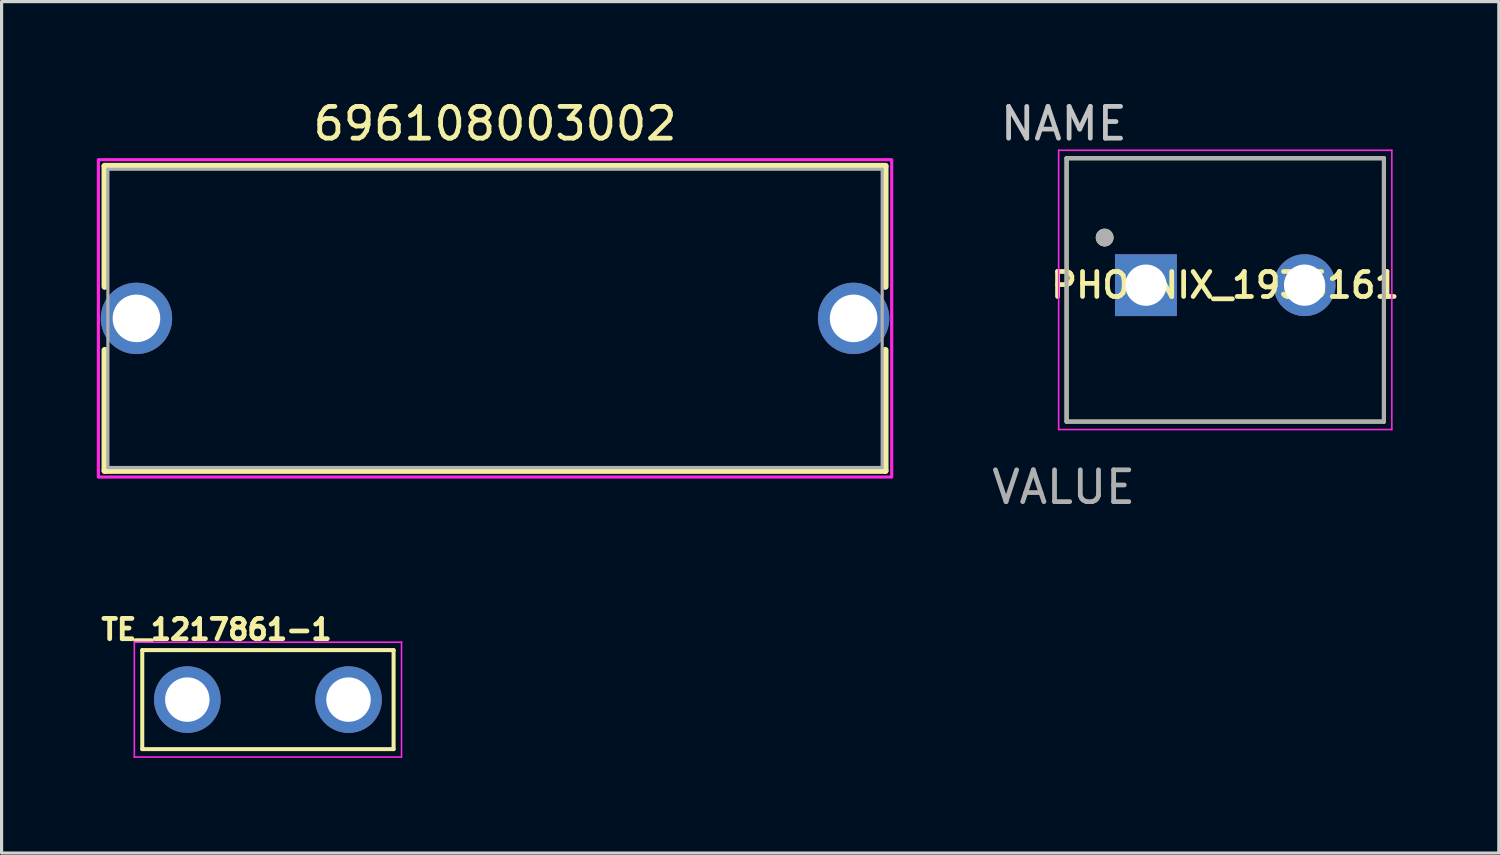
<source format=kicad_pcb>
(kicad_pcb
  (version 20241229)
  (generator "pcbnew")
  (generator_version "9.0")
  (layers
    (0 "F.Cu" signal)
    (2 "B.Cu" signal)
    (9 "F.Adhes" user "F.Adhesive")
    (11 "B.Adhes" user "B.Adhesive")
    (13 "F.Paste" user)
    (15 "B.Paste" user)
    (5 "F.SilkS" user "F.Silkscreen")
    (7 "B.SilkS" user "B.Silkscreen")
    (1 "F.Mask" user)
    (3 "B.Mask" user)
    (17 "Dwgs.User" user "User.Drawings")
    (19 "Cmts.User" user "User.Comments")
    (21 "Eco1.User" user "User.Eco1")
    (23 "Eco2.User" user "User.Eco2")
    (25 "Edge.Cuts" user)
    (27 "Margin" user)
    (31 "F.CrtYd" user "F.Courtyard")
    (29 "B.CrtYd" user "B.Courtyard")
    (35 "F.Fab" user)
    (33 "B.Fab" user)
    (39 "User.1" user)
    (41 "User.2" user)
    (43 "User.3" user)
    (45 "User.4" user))
  (footprint "696108003002"
    (layer "F.Cu")
    (at 12.55 6.983)
    (property "Reference" "696108003002" (at 0 -6.135 0) (layer "F.SilkS") (effects (font (size 1 1) (thickness 0.15))))
    (attr through_hole)
    (fp_line (start -12.3 -4.8) (end -12.3 -1) (stroke (width 0.2) (type solid)) (layer "F.SilkS"))
    (fp_line (start -12.3 -4.8) (end 12.3 -4.8) (stroke (width 0.2) (type solid)) (layer "F.SilkS"))
    (fp_line (start -12.3 4.8) (end -12.3 1) (stroke (width 0.2) (type solid)) (layer "F.SilkS"))
    (fp_line (start 12.3 -4.8) (end 12.3 -1) (stroke (width 0.2) (type solid)) (layer "F.SilkS"))
    (fp_line (start 12.3 4.8) (end -12.3 4.8) (stroke (width 0.2) (type solid)) (layer "F.SilkS"))
    (fp_line (start 12.3 4.8) (end 12.3 1) (stroke (width 0.2) (type solid)) (layer "F.SilkS"))
    (fp_poly (pts (xy -12.5 -5) (xy 12.5 -5) (xy 12.5 5) (xy -12.5 5)) (stroke (width 0.1) (type solid)) (fill no) (layer "F.CrtYd"))
    (fp_line (start -12.2 -4.7) (end 12.2 -4.7) (stroke (width 0.1) (type solid)) (layer "F.Fab"))
    (fp_line (start -12.2 4.7) (end -12.2 -4.7) (stroke (width 0.1) (type solid)) (layer "F.Fab"))
    (fp_line (start 12.2 -4.7) (end 12.2 4.7) (stroke (width 0.1) (type solid)) (layer "F.Fab"))
    (fp_line (start 12.2 4.7) (end -12.2 4.7) (stroke (width 0.1) (type solid)) (layer "F.Fab"))
    (pad "1" thru_hole circle (at -11.3 0) (size 2.25 2.25) (drill 1.5) (layers "*.Cu" "*.Mask"))
    (pad "2" thru_hole circle (at 11.3 0) (size 2.25 2.25) (drill 1.5) (layers "*.Cu" "*.Mask")))
  (footprint "PHOENIX_1935161"
    (layer "F.Cu")
    (at 35.561 5.936)
    (property "Reference" "PHOENIX_1935161" (at 0 0 0) (layer "F.SilkS") (effects (font (size 0.787 0.787) (thickness 0.15))))
    (attr through_hole)
    (fp_line (start -5 -4) (end 5 -4) (stroke (width 0.127) (type solid)) (layer "F.SilkS"))
    (fp_line (start -5 4.3) (end -5 -4) (stroke (width 0.127) (type solid)) (layer "F.SilkS"))
    (fp_line (start 5 -4) (end 5 4.3) (stroke (width 0.127) (type solid)) (layer "F.SilkS"))
    (fp_line (start 5 4.3) (end -5 4.3) (stroke (width 0.127) (type solid)) (layer "F.SilkS"))
    (fp_circle (center -3.8 -1.5) (end -3.66 -1.5) (stroke (width 0.28) (type solid)) (fill no) (layer "F.SilkS"))
    (fp_line (start -5.25 -4.25) (end 5.25 -4.25) (stroke (width 0.05) (type solid)) (layer "F.CrtYd"))
    (fp_line (start -5.25 4.55) (end -5.25 -4.25) (stroke (width 0.05) (type solid)) (layer "F.CrtYd"))
    (fp_line (start 5.25 -4.25) (end 5.25 4.55) (stroke (width 0.05) (type solid)) (layer "F.CrtYd"))
    (fp_line (start 5.25 4.55) (end -5.25 4.55) (stroke (width 0.05) (type solid)) (layer "F.CrtYd"))
    (fp_line (start -5 -4) (end 5 -4) (stroke (width 0.127) (type solid)) (layer "F.Fab"))
    (fp_line (start -5 4.3) (end -5 -4) (stroke (width 0.127) (type solid)) (layer "F.Fab"))
    (fp_line (start 5 -4) (end 5 4.3) (stroke (width 0.127) (type solid)) (layer "F.Fab"))
    (fp_line (start 5 4.3) (end -5 4.3) (stroke (width 0.127) (type solid)) (layer "F.Fab"))
    (fp_circle (center -3.8 -1.5) (end -3.66 -1.5) (stroke (width 0.28) (type solid)) (fill no) (layer "F.Fab"))
    (fp_text user "NAME" (at -5.087 -5.087 0) (layer "Dwgs.User") (effects (font (size 1.001 1.001) (thickness 0.15))))
    (fp_text user "VALUE" (at -5.093 6.366 0) (layer "F.Fab") (effects (font (size 1.003 1.003) (thickness 0.15))))
    (pad "1" thru_hole rect (at -2.5 0) (size 1.95 1.95) (drill 1.3) (layers "*.Cu" "*.Mask"))
    (pad "2" thru_hole circle (at 2.5 0) (size 1.95 1.95) (drill 1.3) (layers "*.Cu" "*.Mask")))
  (footprint "TE_1217861-1"
    (layer "F.Cu")
    (at 5.393 18.997)
    (property "Reference" "TE_1217861-1" (at -1.619 -2.208 0) (layer "F.SilkS") (effects (font (size 0.64 0.64) (thickness 0.15))))
    (attr through_hole)
    (fp_line (start -3.96 -1.56) (end 3.96 -1.56) (stroke (width 0.127) (type solid)) (layer "F.SilkS"))
    (fp_line (start -3.96 1.56) (end -3.96 -1.56) (stroke (width 0.127) (type solid)) (layer "F.SilkS"))
    (fp_line (start 3.96 -1.56) (end 3.96 1.56) (stroke (width 0.127) (type solid)) (layer "F.SilkS"))
    (fp_line (start 3.96 1.56) (end -3.96 1.56) (stroke (width 0.127) (type solid)) (layer "F.SilkS"))
    (fp_line (start -4.21 -1.81) (end 4.21 -1.81) (stroke (width 0.05) (type solid)) (layer "F.CrtYd"))
    (fp_line (start -4.21 1.81) (end -4.21 -1.81) (stroke (width 0.05) (type solid)) (layer "F.CrtYd"))
    (fp_line (start 4.21 -1.81) (end 4.21 1.81) (stroke (width 0.05) (type solid)) (layer "F.CrtYd"))
    (fp_line (start 4.21 1.81) (end -4.21 1.81) (stroke (width 0.05) (type solid)) (layer "F.CrtYd"))
    (pad "1" thru_hole circle (at -2.54 0) (size 2.1 2.1) (drill 1.4) (layers "*.Cu" "*.Mask"))
    (pad "2" thru_hole circle (at 2.54 0) (size 2.1 2.1) (drill 1.4) (layers "*.Cu" "*.Mask")))
  (gr_rect
    (start -3 -3)
    (end 44.182 23.832)
    (stroke (width 0.1) (type default))
    (fill no)
    (layer "Edge.Cuts")))
</source>
